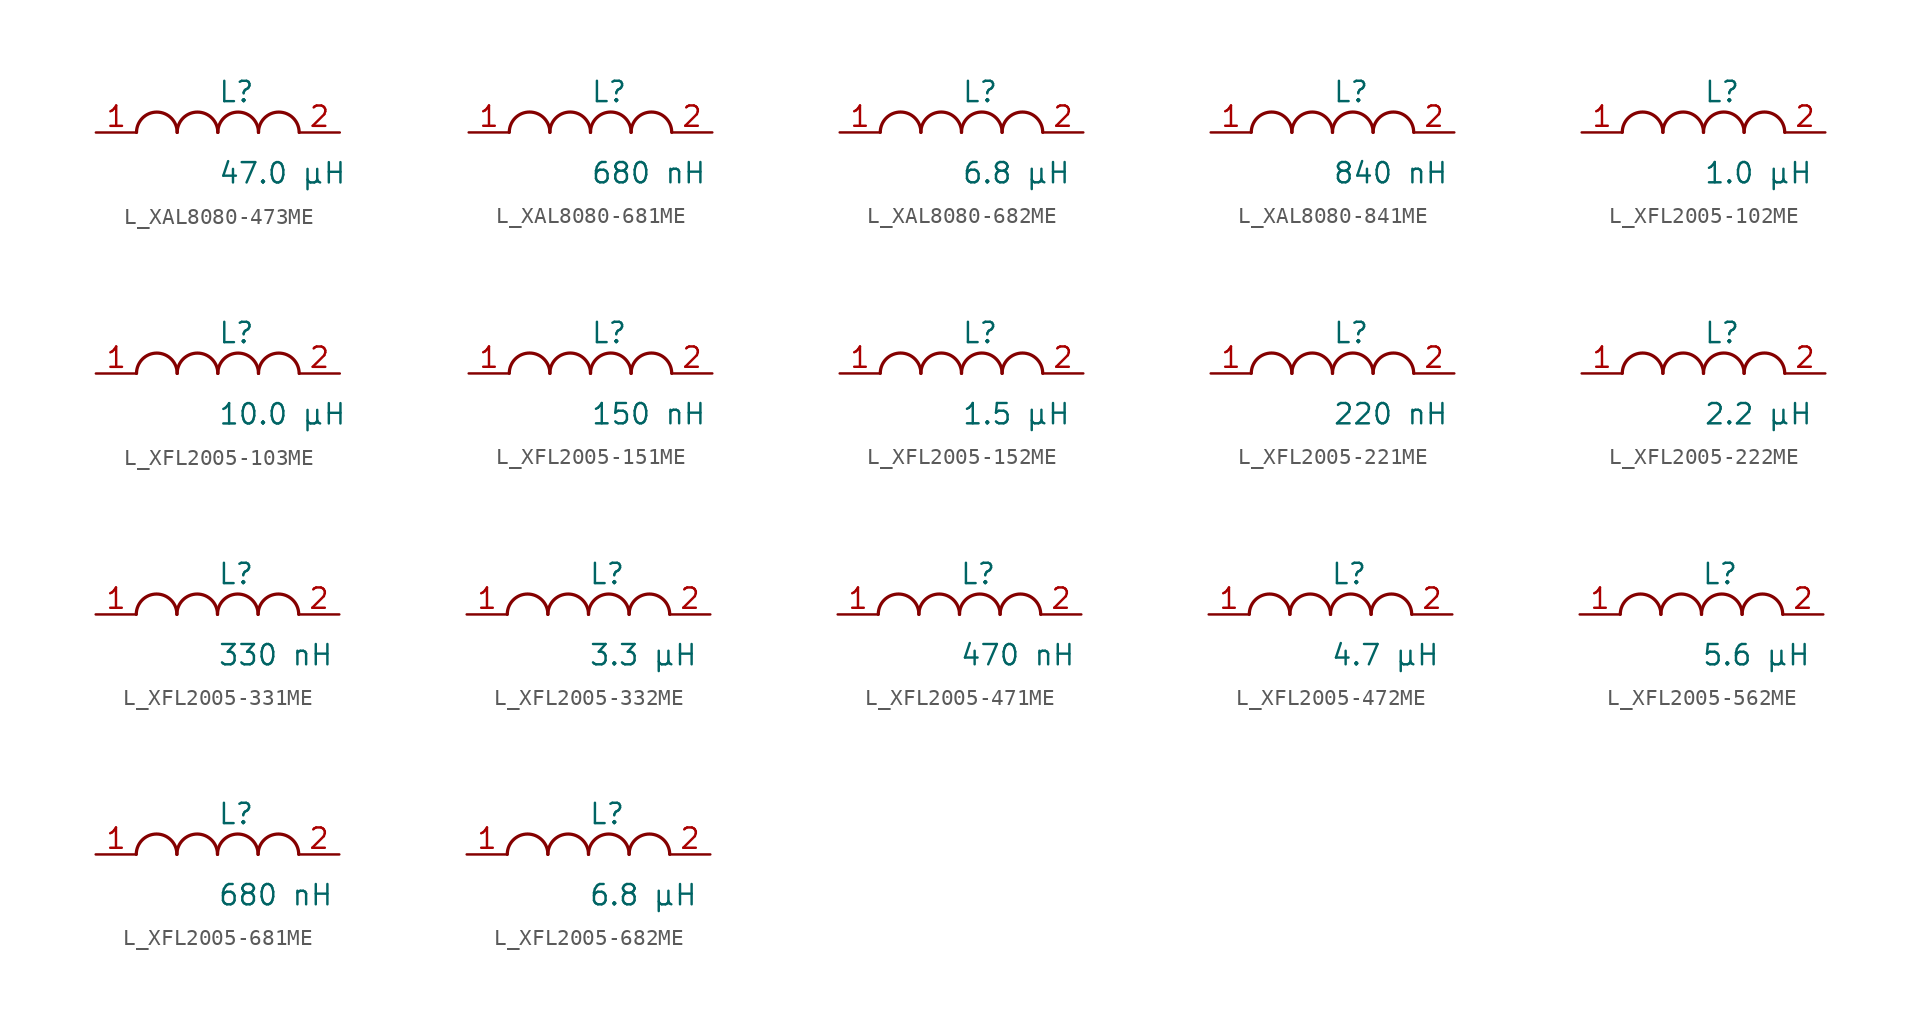
<source format=kicad_sym>
(kicad_symbol_lib
  (version 20231120)
  (generator kicad_symbol_editor)
  (generator_version 8.0)
  (symbol "L_XAL8080-473ME"
    (pin_names
      (offset 0.254))
    (property "Reference" "L"
      (at 0.0 2.54 0)
      (effects (font (size 1.27 1.27)) (justify left)))
    (property "Value" "47.0 µH"
      (at 0.0 -2.54 0)
      (effects (font (size 1.27 1.27)) (justify left)))
    (symbol "L_XAL8080-473ME_1_1"
      (arc (start -2.54 0.0056) (mid -3.81 1.27) (end -5.08 0.0056) (stroke (width 0.2032) (type default)) (fill (type none)))
      (arc (start 0 0.0056) (mid -1.27 1.27) (end -2.54 0.0056) (stroke (width 0.2032) (type default)) (fill (type none)))
      (arc (start 2.54 0.0056) (mid 1.27 1.27) (end 0 0.0056) (stroke (width 0.2032) (type default)) (fill (type none)))
      (arc (start 5.08 0.0056) (mid 3.81 1.27) (end 2.54 0.0056) (stroke (width 0.2032) (type default)) (fill (type none)))
      (pin unspecified line (at -7.62 0 0) (length 2.54) (name "" (effects (font (size 1.27 1.27)))) (number "1" (effects (font (size 1.27 1.27)))))
      (pin unspecified line (at 7.62 0 180) (length 2.54) (name "" (effects (font (size 1.27 1.27)))) (number "2" (effects (font (size 1.27 1.27)))))))
  (symbol "L_XAL8080-681ME"
    (pin_names
      (offset 0.254))
    (property "Reference" "L"
      (at 0.0 2.54 0)
      (effects (font (size 1.27 1.27)) (justify left)))
    (property "Value" "680 nH"
      (at 0.0 -2.54 0)
      (effects (font (size 1.27 1.27)) (justify left)))
    (symbol "L_XAL8080-681ME_1_1"
      (arc (start -2.54 0.0056) (mid -3.81 1.27) (end -5.08 0.0056) (stroke (width 0.2032) (type default)) (fill (type none)))
      (arc (start 0 0.0056) (mid -1.27 1.27) (end -2.54 0.0056) (stroke (width 0.2032) (type default)) (fill (type none)))
      (arc (start 2.54 0.0056) (mid 1.27 1.27) (end 0 0.0056) (stroke (width 0.2032) (type default)) (fill (type none)))
      (arc (start 5.08 0.0056) (mid 3.81 1.27) (end 2.54 0.0056) (stroke (width 0.2032) (type default)) (fill (type none)))
      (pin unspecified line (at -7.62 0 0) (length 2.54) (name "" (effects (font (size 1.27 1.27)))) (number "1" (effects (font (size 1.27 1.27)))))
      (pin unspecified line (at 7.62 0 180) (length 2.54) (name "" (effects (font (size 1.27 1.27)))) (number "2" (effects (font (size 1.27 1.27)))))))
  (symbol "L_XAL8080-682ME"
    (pin_names
      (offset 0.254))
    (property "Reference" "L"
      (at 0.0 2.54 0)
      (effects (font (size 1.27 1.27)) (justify left)))
    (property "Value" "6.8 µH"
      (at 0.0 -2.54 0)
      (effects (font (size 1.27 1.27)) (justify left)))
    (symbol "L_XAL8080-682ME_1_1"
      (arc (start -2.54 0.0056) (mid -3.81 1.27) (end -5.08 0.0056) (stroke (width 0.2032) (type default)) (fill (type none)))
      (arc (start 0 0.0056) (mid -1.27 1.27) (end -2.54 0.0056) (stroke (width 0.2032) (type default)) (fill (type none)))
      (arc (start 2.54 0.0056) (mid 1.27 1.27) (end 0 0.0056) (stroke (width 0.2032) (type default)) (fill (type none)))
      (arc (start 5.08 0.0056) (mid 3.81 1.27) (end 2.54 0.0056) (stroke (width 0.2032) (type default)) (fill (type none)))
      (pin unspecified line (at -7.62 0 0) (length 2.54) (name "" (effects (font (size 1.27 1.27)))) (number "1" (effects (font (size 1.27 1.27)))))
      (pin unspecified line (at 7.62 0 180) (length 2.54) (name "" (effects (font (size 1.27 1.27)))) (number "2" (effects (font (size 1.27 1.27)))))))
  (symbol "L_XAL8080-841ME"
    (pin_names
      (offset 0.254))
    (property "Reference" "L"
      (at 0.0 2.54 0)
      (effects (font (size 1.27 1.27)) (justify left)))
    (property "Value" "840 nH"
      (at 0.0 -2.54 0)
      (effects (font (size 1.27 1.27)) (justify left)))
    (symbol "L_XAL8080-841ME_1_1"
      (arc (start -2.54 0.0056) (mid -3.81 1.27) (end -5.08 0.0056) (stroke (width 0.2032) (type default)) (fill (type none)))
      (arc (start 0 0.0056) (mid -1.27 1.27) (end -2.54 0.0056) (stroke (width 0.2032) (type default)) (fill (type none)))
      (arc (start 2.54 0.0056) (mid 1.27 1.27) (end 0 0.0056) (stroke (width 0.2032) (type default)) (fill (type none)))
      (arc (start 5.08 0.0056) (mid 3.81 1.27) (end 2.54 0.0056) (stroke (width 0.2032) (type default)) (fill (type none)))
      (pin unspecified line (at -7.62 0 0) (length 2.54) (name "" (effects (font (size 1.27 1.27)))) (number "1" (effects (font (size 1.27 1.27)))))
      (pin unspecified line (at 7.62 0 180) (length 2.54) (name "" (effects (font (size 1.27 1.27)))) (number "2" (effects (font (size 1.27 1.27)))))))
  (symbol "L_XFL2005-102ME"
    (pin_names
      (offset 0.254))
    (property "Reference" "L"
      (at 0.0 2.54 0)
      (effects (font (size 1.27 1.27)) (justify left)))
    (property "Value" "1.0 µH"
      (at 0.0 -2.54 0)
      (effects (font (size 1.27 1.27)) (justify left)))
    (symbol "L_XFL2005-102ME_1_1"
      (arc (start -2.54 0.0056) (mid -3.81 1.27) (end -5.08 0.0056) (stroke (width 0.2032) (type default)) (fill (type none)))
      (arc (start 0 0.0056) (mid -1.27 1.27) (end -2.54 0.0056) (stroke (width 0.2032) (type default)) (fill (type none)))
      (arc (start 2.54 0.0056) (mid 1.27 1.27) (end 0 0.0056) (stroke (width 0.2032) (type default)) (fill (type none)))
      (arc (start 5.08 0.0056) (mid 3.81 1.27) (end 2.54 0.0056) (stroke (width 0.2032) (type default)) (fill (type none)))
      (pin unspecified line (at -7.62 0 0) (length 2.54) (name "" (effects (font (size 1.27 1.27)))) (number "1" (effects (font (size 1.27 1.27)))))
      (pin unspecified line (at 7.62 0 180) (length 2.54) (name "" (effects (font (size 1.27 1.27)))) (number "2" (effects (font (size 1.27 1.27)))))))
  (symbol "L_XFL2005-103ME"
    (pin_names
      (offset 0.254))
    (property "Reference" "L"
      (at 0.0 2.54 0)
      (effects (font (size 1.27 1.27)) (justify left)))
    (property "Value" "10.0 µH"
      (at 0.0 -2.54 0)
      (effects (font (size 1.27 1.27)) (justify left)))
    (symbol "L_XFL2005-103ME_1_1"
      (arc (start -2.54 0.0056) (mid -3.81 1.27) (end -5.08 0.0056) (stroke (width 0.2032) (type default)) (fill (type none)))
      (arc (start 0 0.0056) (mid -1.27 1.27) (end -2.54 0.0056) (stroke (width 0.2032) (type default)) (fill (type none)))
      (arc (start 2.54 0.0056) (mid 1.27 1.27) (end 0 0.0056) (stroke (width 0.2032) (type default)) (fill (type none)))
      (arc (start 5.08 0.0056) (mid 3.81 1.27) (end 2.54 0.0056) (stroke (width 0.2032) (type default)) (fill (type none)))
      (pin unspecified line (at -7.62 0 0) (length 2.54) (name "" (effects (font (size 1.27 1.27)))) (number "1" (effects (font (size 1.27 1.27)))))
      (pin unspecified line (at 7.62 0 180) (length 2.54) (name "" (effects (font (size 1.27 1.27)))) (number "2" (effects (font (size 1.27 1.27)))))))
  (symbol "L_XFL2005-151ME"
    (pin_names
      (offset 0.254))
    (property "Reference" "L"
      (at 0.0 2.54 0)
      (effects (font (size 1.27 1.27)) (justify left)))
    (property "Value" "150 nH"
      (at 0.0 -2.54 0)
      (effects (font (size 1.27 1.27)) (justify left)))
    (symbol "L_XFL2005-151ME_1_1"
      (arc (start -2.54 0.0056) (mid -3.81 1.27) (end -5.08 0.0056) (stroke (width 0.2032) (type default)) (fill (type none)))
      (arc (start 0 0.0056) (mid -1.27 1.27) (end -2.54 0.0056) (stroke (width 0.2032) (type default)) (fill (type none)))
      (arc (start 2.54 0.0056) (mid 1.27 1.27) (end 0 0.0056) (stroke (width 0.2032) (type default)) (fill (type none)))
      (arc (start 5.08 0.0056) (mid 3.81 1.27) (end 2.54 0.0056) (stroke (width 0.2032) (type default)) (fill (type none)))
      (pin unspecified line (at -7.62 0 0) (length 2.54) (name "" (effects (font (size 1.27 1.27)))) (number "1" (effects (font (size 1.27 1.27)))))
      (pin unspecified line (at 7.62 0 180) (length 2.54) (name "" (effects (font (size 1.27 1.27)))) (number "2" (effects (font (size 1.27 1.27)))))))
  (symbol "L_XFL2005-152ME"
    (pin_names
      (offset 0.254))
    (property "Reference" "L"
      (at 0.0 2.54 0)
      (effects (font (size 1.27 1.27)) (justify left)))
    (property "Value" "1.5 µH"
      (at 0.0 -2.54 0)
      (effects (font (size 1.27 1.27)) (justify left)))
    (symbol "L_XFL2005-152ME_1_1"
      (arc (start -2.54 0.0056) (mid -3.81 1.27) (end -5.08 0.0056) (stroke (width 0.2032) (type default)) (fill (type none)))
      (arc (start 0 0.0056) (mid -1.27 1.27) (end -2.54 0.0056) (stroke (width 0.2032) (type default)) (fill (type none)))
      (arc (start 2.54 0.0056) (mid 1.27 1.27) (end 0 0.0056) (stroke (width 0.2032) (type default)) (fill (type none)))
      (arc (start 5.08 0.0056) (mid 3.81 1.27) (end 2.54 0.0056) (stroke (width 0.2032) (type default)) (fill (type none)))
      (pin unspecified line (at -7.62 0 0) (length 2.54) (name "" (effects (font (size 1.27 1.27)))) (number "1" (effects (font (size 1.27 1.27)))))
      (pin unspecified line (at 7.62 0 180) (length 2.54) (name "" (effects (font (size 1.27 1.27)))) (number "2" (effects (font (size 1.27 1.27)))))))
  (symbol "L_XFL2005-221ME"
    (pin_names
      (offset 0.254))
    (property "Reference" "L"
      (at 0.0 2.54 0)
      (effects (font (size 1.27 1.27)) (justify left)))
    (property "Value" "220 nH"
      (at 0.0 -2.54 0)
      (effects (font (size 1.27 1.27)) (justify left)))
    (symbol "L_XFL2005-221ME_1_1"
      (arc (start -2.54 0.0056) (mid -3.81 1.27) (end -5.08 0.0056) (stroke (width 0.2032) (type default)) (fill (type none)))
      (arc (start 0 0.0056) (mid -1.27 1.27) (end -2.54 0.0056) (stroke (width 0.2032) (type default)) (fill (type none)))
      (arc (start 2.54 0.0056) (mid 1.27 1.27) (end 0 0.0056) (stroke (width 0.2032) (type default)) (fill (type none)))
      (arc (start 5.08 0.0056) (mid 3.81 1.27) (end 2.54 0.0056) (stroke (width 0.2032) (type default)) (fill (type none)))
      (pin unspecified line (at -7.62 0 0) (length 2.54) (name "" (effects (font (size 1.27 1.27)))) (number "1" (effects (font (size 1.27 1.27)))))
      (pin unspecified line (at 7.62 0 180) (length 2.54) (name "" (effects (font (size 1.27 1.27)))) (number "2" (effects (font (size 1.27 1.27)))))))
  (symbol "L_XFL2005-222ME"
    (pin_names
      (offset 0.254))
    (property "Reference" "L"
      (at 0.0 2.54 0)
      (effects (font (size 1.27 1.27)) (justify left)))
    (property "Value" "2.2 µH"
      (at 0.0 -2.54 0)
      (effects (font (size 1.27 1.27)) (justify left)))
    (symbol "L_XFL2005-222ME_1_1"
      (arc (start -2.54 0.0056) (mid -3.81 1.27) (end -5.08 0.0056) (stroke (width 0.2032) (type default)) (fill (type none)))
      (arc (start 0 0.0056) (mid -1.27 1.27) (end -2.54 0.0056) (stroke (width 0.2032) (type default)) (fill (type none)))
      (arc (start 2.54 0.0056) (mid 1.27 1.27) (end 0 0.0056) (stroke (width 0.2032) (type default)) (fill (type none)))
      (arc (start 5.08 0.0056) (mid 3.81 1.27) (end 2.54 0.0056) (stroke (width 0.2032) (type default)) (fill (type none)))
      (pin unspecified line (at -7.62 0 0) (length 2.54) (name "" (effects (font (size 1.27 1.27)))) (number "1" (effects (font (size 1.27 1.27)))))
      (pin unspecified line (at 7.62 0 180) (length 2.54) (name "" (effects (font (size 1.27 1.27)))) (number "2" (effects (font (size 1.27 1.27)))))))
  (symbol "L_XFL2005-331ME"
    (pin_names
      (offset 0.254))
    (property "Reference" "L"
      (at 0.0 2.54 0)
      (effects (font (size 1.27 1.27)) (justify left)))
    (property "Value" "330 nH"
      (at 0.0 -2.54 0)
      (effects (font (size 1.27 1.27)) (justify left)))
    (symbol "L_XFL2005-331ME_1_1"
      (arc (start -2.54 0.0056) (mid -3.81 1.27) (end -5.08 0.0056) (stroke (width 0.2032) (type default)) (fill (type none)))
      (arc (start 0 0.0056) (mid -1.27 1.27) (end -2.54 0.0056) (stroke (width 0.2032) (type default)) (fill (type none)))
      (arc (start 2.54 0.0056) (mid 1.27 1.27) (end 0 0.0056) (stroke (width 0.2032) (type default)) (fill (type none)))
      (arc (start 5.08 0.0056) (mid 3.81 1.27) (end 2.54 0.0056) (stroke (width 0.2032) (type default)) (fill (type none)))
      (pin unspecified line (at -7.62 0 0) (length 2.54) (name "" (effects (font (size 1.27 1.27)))) (number "1" (effects (font (size 1.27 1.27)))))
      (pin unspecified line (at 7.62 0 180) (length 2.54) (name "" (effects (font (size 1.27 1.27)))) (number "2" (effects (font (size 1.27 1.27)))))))
  (symbol "L_XFL2005-332ME"
    (pin_names
      (offset 0.254))
    (property "Reference" "L"
      (at 0.0 2.54 0)
      (effects (font (size 1.27 1.27)) (justify left)))
    (property "Value" "3.3 µH"
      (at 0.0 -2.54 0)
      (effects (font (size 1.27 1.27)) (justify left)))
    (symbol "L_XFL2005-332ME_1_1"
      (arc (start -2.54 0.0056) (mid -3.81 1.27) (end -5.08 0.0056) (stroke (width 0.2032) (type default)) (fill (type none)))
      (arc (start 0 0.0056) (mid -1.27 1.27) (end -2.54 0.0056) (stroke (width 0.2032) (type default)) (fill (type none)))
      (arc (start 2.54 0.0056) (mid 1.27 1.27) (end 0 0.0056) (stroke (width 0.2032) (type default)) (fill (type none)))
      (arc (start 5.08 0.0056) (mid 3.81 1.27) (end 2.54 0.0056) (stroke (width 0.2032) (type default)) (fill (type none)))
      (pin unspecified line (at -7.62 0 0) (length 2.54) (name "" (effects (font (size 1.27 1.27)))) (number "1" (effects (font (size 1.27 1.27)))))
      (pin unspecified line (at 7.62 0 180) (length 2.54) (name "" (effects (font (size 1.27 1.27)))) (number "2" (effects (font (size 1.27 1.27)))))))
  (symbol "L_XFL2005-471ME"
    (pin_names
      (offset 0.254))
    (property "Reference" "L"
      (at 0.0 2.54 0)
      (effects (font (size 1.27 1.27)) (justify left)))
    (property "Value" "470 nH"
      (at 0.0 -2.54 0)
      (effects (font (size 1.27 1.27)) (justify left)))
    (symbol "L_XFL2005-471ME_1_1"
      (arc (start -2.54 0.0056) (mid -3.81 1.27) (end -5.08 0.0056) (stroke (width 0.2032) (type default)) (fill (type none)))
      (arc (start 0 0.0056) (mid -1.27 1.27) (end -2.54 0.0056) (stroke (width 0.2032) (type default)) (fill (type none)))
      (arc (start 2.54 0.0056) (mid 1.27 1.27) (end 0 0.0056) (stroke (width 0.2032) (type default)) (fill (type none)))
      (arc (start 5.08 0.0056) (mid 3.81 1.27) (end 2.54 0.0056) (stroke (width 0.2032) (type default)) (fill (type none)))
      (pin unspecified line (at -7.62 0 0) (length 2.54) (name "" (effects (font (size 1.27 1.27)))) (number "1" (effects (font (size 1.27 1.27)))))
      (pin unspecified line (at 7.62 0 180) (length 2.54) (name "" (effects (font (size 1.27 1.27)))) (number "2" (effects (font (size 1.27 1.27)))))))
  (symbol "L_XFL2005-472ME"
    (pin_names
      (offset 0.254))
    (property "Reference" "L"
      (at 0.0 2.54 0)
      (effects (font (size 1.27 1.27)) (justify left)))
    (property "Value" "4.7 µH"
      (at 0.0 -2.54 0)
      (effects (font (size 1.27 1.27)) (justify left)))
    (symbol "L_XFL2005-472ME_1_1"
      (arc (start -2.54 0.0056) (mid -3.81 1.27) (end -5.08 0.0056) (stroke (width 0.2032) (type default)) (fill (type none)))
      (arc (start 0 0.0056) (mid -1.27 1.27) (end -2.54 0.0056) (stroke (width 0.2032) (type default)) (fill (type none)))
      (arc (start 2.54 0.0056) (mid 1.27 1.27) (end 0 0.0056) (stroke (width 0.2032) (type default)) (fill (type none)))
      (arc (start 5.08 0.0056) (mid 3.81 1.27) (end 2.54 0.0056) (stroke (width 0.2032) (type default)) (fill (type none)))
      (pin unspecified line (at -7.62 0 0) (length 2.54) (name "" (effects (font (size 1.27 1.27)))) (number "1" (effects (font (size 1.27 1.27)))))
      (pin unspecified line (at 7.62 0 180) (length 2.54) (name "" (effects (font (size 1.27 1.27)))) (number "2" (effects (font (size 1.27 1.27)))))))
  (symbol "L_XFL2005-562ME"
    (pin_names
      (offset 0.254))
    (property "Reference" "L"
      (at 0.0 2.54 0)
      (effects (font (size 1.27 1.27)) (justify left)))
    (property "Value" "5.6 µH"
      (at 0.0 -2.54 0)
      (effects (font (size 1.27 1.27)) (justify left)))
    (symbol "L_XFL2005-562ME_1_1"
      (arc (start -2.54 0.0056) (mid -3.81 1.27) (end -5.08 0.0056) (stroke (width 0.2032) (type default)) (fill (type none)))
      (arc (start 0 0.0056) (mid -1.27 1.27) (end -2.54 0.0056) (stroke (width 0.2032) (type default)) (fill (type none)))
      (arc (start 2.54 0.0056) (mid 1.27 1.27) (end 0 0.0056) (stroke (width 0.2032) (type default)) (fill (type none)))
      (arc (start 5.08 0.0056) (mid 3.81 1.27) (end 2.54 0.0056) (stroke (width 0.2032) (type default)) (fill (type none)))
      (pin unspecified line (at -7.62 0 0) (length 2.54) (name "" (effects (font (size 1.27 1.27)))) (number "1" (effects (font (size 1.27 1.27)))))
      (pin unspecified line (at 7.62 0 180) (length 2.54) (name "" (effects (font (size 1.27 1.27)))) (number "2" (effects (font (size 1.27 1.27)))))))
  (symbol "L_XFL2005-681ME"
    (pin_names
      (offset 0.254))
    (property "Reference" "L"
      (at 0.0 2.54 0)
      (effects (font (size 1.27 1.27)) (justify left)))
    (property "Value" "680 nH"
      (at 0.0 -2.54 0)
      (effects (font (size 1.27 1.27)) (justify left)))
    (symbol "L_XFL2005-681ME_1_1"
      (arc (start -2.54 0.0056) (mid -3.81 1.27) (end -5.08 0.0056) (stroke (width 0.2032) (type default)) (fill (type none)))
      (arc (start 0 0.0056) (mid -1.27 1.27) (end -2.54 0.0056) (stroke (width 0.2032) (type default)) (fill (type none)))
      (arc (start 2.54 0.0056) (mid 1.27 1.27) (end 0 0.0056) (stroke (width 0.2032) (type default)) (fill (type none)))
      (arc (start 5.08 0.0056) (mid 3.81 1.27) (end 2.54 0.0056) (stroke (width 0.2032) (type default)) (fill (type none)))
      (pin unspecified line (at -7.62 0 0) (length 2.54) (name "" (effects (font (size 1.27 1.27)))) (number "1" (effects (font (size 1.27 1.27)))))
      (pin unspecified line (at 7.62 0 180) (length 2.54) (name "" (effects (font (size 1.27 1.27)))) (number "2" (effects (font (size 1.27 1.27)))))))
  (symbol "L_XFL2005-682ME"
    (pin_names
      (offset 0.254))
    (property "Reference" "L"
      (at 0.0 2.54 0)
      (effects (font (size 1.27 1.27)) (justify left)))
    (property "Value" "6.8 µH"
      (at 0.0 -2.54 0)
      (effects (font (size 1.27 1.27)) (justify left)))
    (symbol "L_XFL2005-682ME_1_1"
      (arc (start -2.54 0.0056) (mid -3.81 1.27) (end -5.08 0.0056) (stroke (width 0.2032) (type default)) (fill (type none)))
      (arc (start 0 0.0056) (mid -1.27 1.27) (end -2.54 0.0056) (stroke (width 0.2032) (type default)) (fill (type none)))
      (arc (start 2.54 0.0056) (mid 1.27 1.27) (end 0 0.0056) (stroke (width 0.2032) (type default)) (fill (type none)))
      (arc (start 5.08 0.0056) (mid 3.81 1.27) (end 2.54 0.0056) (stroke (width 0.2032) (type default)) (fill (type none)))
      (pin unspecified line (at -7.62 0 0) (length 2.54) (name "" (effects (font (size 1.27 1.27)))) (number "1" (effects (font (size 1.27 1.27)))))
      (pin unspecified line (at 7.62 0 180) (length 2.54) (name "" (effects (font (size 1.27 1.27)))) (number "2" (effects (font (size 1.27 1.27))))))))
</source>
